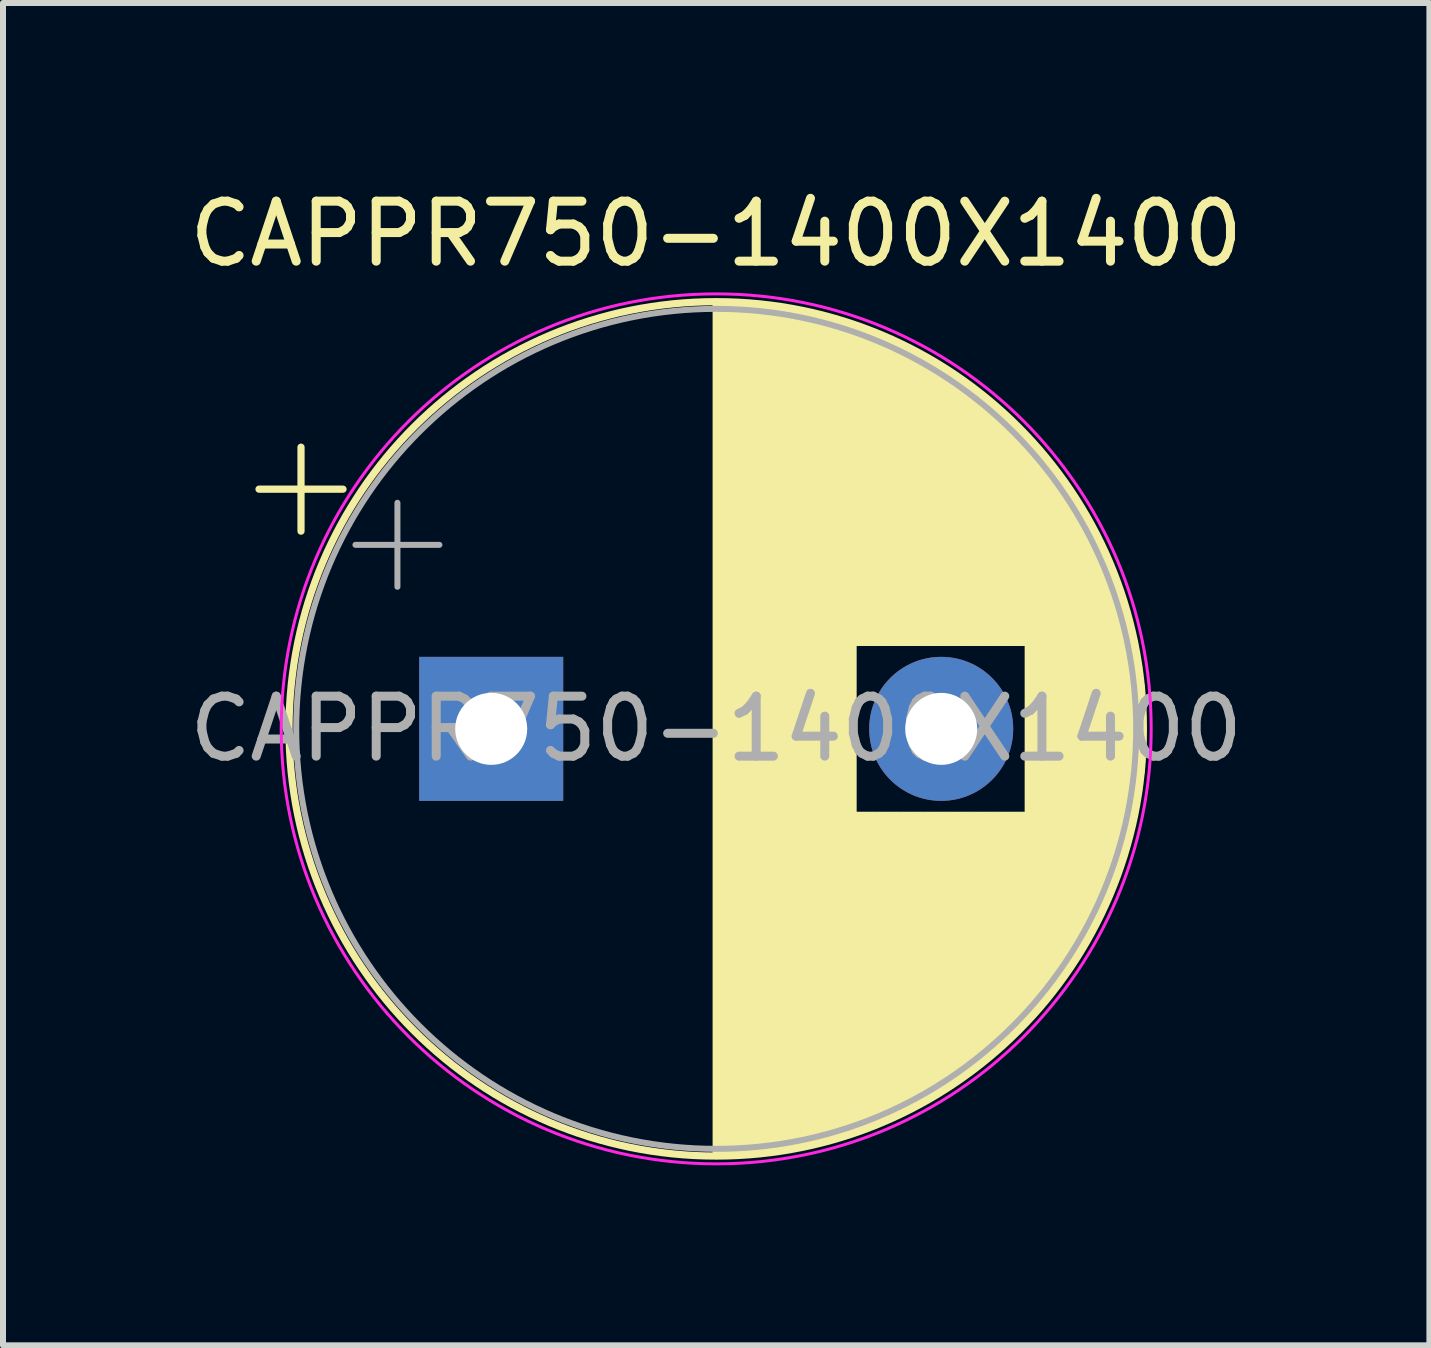
<source format=kicad_pcb>
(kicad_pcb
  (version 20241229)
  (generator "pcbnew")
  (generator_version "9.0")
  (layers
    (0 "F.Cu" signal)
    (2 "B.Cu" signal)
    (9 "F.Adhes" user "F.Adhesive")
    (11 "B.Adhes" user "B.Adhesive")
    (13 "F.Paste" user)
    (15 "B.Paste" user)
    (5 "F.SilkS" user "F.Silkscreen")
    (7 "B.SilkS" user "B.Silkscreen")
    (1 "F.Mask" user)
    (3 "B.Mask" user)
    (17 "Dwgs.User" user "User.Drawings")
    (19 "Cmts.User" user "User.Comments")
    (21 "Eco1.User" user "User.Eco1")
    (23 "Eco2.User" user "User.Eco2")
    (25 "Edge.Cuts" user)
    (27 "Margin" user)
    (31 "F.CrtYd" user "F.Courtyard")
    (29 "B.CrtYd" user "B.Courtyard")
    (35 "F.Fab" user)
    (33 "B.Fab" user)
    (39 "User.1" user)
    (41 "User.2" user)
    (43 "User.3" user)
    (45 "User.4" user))
  (footprint "CAPPR750-1400X1400"
    (layer "F.Cu")
    (at 5.137 9.098)
    (property "Reference" "CAPPR750-1400X1400" (at 3.75 -8.25 0) (layer "F.SilkS") (effects (font (size 1 1) (thickness 0.15))))
    (attr through_hole)
    (fp_line (start -3.87 -3.995) (end -2.47 -3.995) (stroke (width 0.12) (type solid)) (layer "F.SilkS"))
    (fp_line (start -3.17 -4.695) (end -3.17 -3.295) (stroke (width 0.12) (type solid)) (layer "F.SilkS"))
    (fp_line (start 3.75 -7.08) (end 3.75 7.08) (stroke (width 0.12) (type solid)) (layer "F.SilkS"))
    (fp_line (start 3.79 -7.08) (end 3.79 7.08) (stroke (width 0.12) (type solid)) (layer "F.SilkS"))
    (fp_line (start 3.83 -7.08) (end 3.83 7.08) (stroke (width 0.12) (type solid)) (layer "F.SilkS"))
    (fp_line (start 3.87 -7.079) (end 3.87 7.079) (stroke (width 0.12) (type solid)) (layer "F.SilkS"))
    (fp_line (start 3.91 -7.079) (end 3.91 7.079) (stroke (width 0.12) (type solid)) (layer "F.SilkS"))
    (fp_line (start 3.95 -7.078) (end 3.95 7.078) (stroke (width 0.12) (type solid)) (layer "F.SilkS"))
    (fp_line (start 3.99 -7.076) (end 3.99 7.076) (stroke (width 0.12) (type solid)) (layer "F.SilkS"))
    (fp_line (start 4.03 -7.075) (end 4.03 7.075) (stroke (width 0.12) (type solid)) (layer "F.SilkS"))
    (fp_line (start 4.07 -7.073) (end 4.07 7.073) (stroke (width 0.12) (type solid)) (layer "F.SilkS"))
    (fp_line (start 4.11 -7.071) (end 4.11 7.071) (stroke (width 0.12) (type solid)) (layer "F.SilkS"))
    (fp_line (start 4.15 -7.069) (end 4.15 7.069) (stroke (width 0.12) (type solid)) (layer "F.SilkS"))
    (fp_line (start 4.19 -7.067) (end 4.19 7.067) (stroke (width 0.12) (type solid)) (layer "F.SilkS"))
    (fp_line (start 4.23 -7.064) (end 4.23 7.064) (stroke (width 0.12) (type solid)) (layer "F.SilkS"))
    (fp_line (start 4.27 -7.061) (end 4.27 7.061) (stroke (width 0.12) (type solid)) (layer "F.SilkS"))
    (fp_line (start 4.31 -7.058) (end 4.31 7.058) (stroke (width 0.12) (type solid)) (layer "F.SilkS"))
    (fp_line (start 4.35 -7.055) (end 4.35 7.055) (stroke (width 0.12) (type solid)) (layer "F.SilkS"))
    (fp_line (start 4.39 -7.052) (end 4.39 7.052) (stroke (width 0.12) (type solid)) (layer "F.SilkS"))
    (fp_line (start 4.43 -7.048) (end 4.43 7.048) (stroke (width 0.12) (type solid)) (layer "F.SilkS"))
    (fp_line (start 4.471 -7.044) (end 4.471 7.044) (stroke (width 0.12) (type solid)) (layer "F.SilkS"))
    (fp_line (start 4.511 -7.04) (end 4.511 7.04) (stroke (width 0.12) (type solid)) (layer "F.SilkS"))
    (fp_line (start 4.551 -7.035) (end 4.551 7.035) (stroke (width 0.12) (type solid)) (layer "F.SilkS"))
    (fp_line (start 4.591 -7.031) (end 4.591 7.031) (stroke (width 0.12) (type solid)) (layer "F.SilkS"))
    (fp_line (start 4.631 -7.026) (end 4.631 7.026) (stroke (width 0.12) (type solid)) (layer "F.SilkS"))
    (fp_line (start 4.671 -7.021) (end 4.671 7.021) (stroke (width 0.12) (type solid)) (layer "F.SilkS"))
    (fp_line (start 4.711 -7.015) (end 4.711 7.015) (stroke (width 0.12) (type solid)) (layer "F.SilkS"))
    (fp_line (start 4.751 -7.01) (end 4.751 7.01) (stroke (width 0.12) (type solid)) (layer "F.SilkS"))
    (fp_line (start 4.791 -7.004) (end 4.791 7.004) (stroke (width 0.12) (type solid)) (layer "F.SilkS"))
    (fp_line (start 4.831 -6.998) (end 4.831 6.998) (stroke (width 0.12) (type solid)) (layer "F.SilkS"))
    (fp_line (start 4.871 -6.992) (end 4.871 6.992) (stroke (width 0.12) (type solid)) (layer "F.SilkS"))
    (fp_line (start 4.911 -6.985) (end 4.911 6.985) (stroke (width 0.12) (type solid)) (layer "F.SilkS"))
    (fp_line (start 4.951 -6.979) (end 4.951 6.979) (stroke (width 0.12) (type solid)) (layer "F.SilkS"))
    (fp_line (start 4.991 -6.972) (end 4.991 6.972) (stroke (width 0.12) (type solid)) (layer "F.SilkS"))
    (fp_line (start 5.031 -6.964) (end 5.031 6.964) (stroke (width 0.12) (type solid)) (layer "F.SilkS"))
    (fp_line (start 5.071 -6.957) (end 5.071 6.957) (stroke (width 0.12) (type solid)) (layer "F.SilkS"))
    (fp_line (start 5.111 -6.949) (end 5.111 6.949) (stroke (width 0.12) (type solid)) (layer "F.SilkS"))
    (fp_line (start 5.151 -6.942) (end 5.151 6.942) (stroke (width 0.12) (type solid)) (layer "F.SilkS"))
    (fp_line (start 5.191 -6.933) (end 5.191 6.933) (stroke (width 0.12) (type solid)) (layer "F.SilkS"))
    (fp_line (start 5.231 -6.925) (end 5.231 6.925) (stroke (width 0.12) (type solid)) (layer "F.SilkS"))
    (fp_line (start 5.271 -6.916) (end 5.271 6.916) (stroke (width 0.12) (type solid)) (layer "F.SilkS"))
    (fp_line (start 5.311 -6.907) (end 5.311 6.907) (stroke (width 0.12) (type solid)) (layer "F.SilkS"))
    (fp_line (start 5.351 -6.898) (end 5.351 6.898) (stroke (width 0.12) (type solid)) (layer "F.SilkS"))
    (fp_line (start 5.391 -6.889) (end 5.391 6.889) (stroke (width 0.12) (type solid)) (layer "F.SilkS"))
    (fp_line (start 5.431 -6.879) (end 5.431 6.879) (stroke (width 0.12) (type solid)) (layer "F.SilkS"))
    (fp_line (start 5.471 -6.87) (end 5.471 6.87) (stroke (width 0.12) (type solid)) (layer "F.SilkS"))
    (fp_line (start 5.511 -6.86) (end 5.511 6.86) (stroke (width 0.12) (type solid)) (layer "F.SilkS"))
    (fp_line (start 5.551 -6.849) (end 5.551 6.849) (stroke (width 0.12) (type solid)) (layer "F.SilkS"))
    (fp_line (start 5.591 -6.839) (end 5.591 6.839) (stroke (width 0.12) (type solid)) (layer "F.SilkS"))
    (fp_line (start 5.631 -6.828) (end 5.631 6.828) (stroke (width 0.12) (type solid)) (layer "F.SilkS"))
    (fp_line (start 5.671 -6.817) (end 5.671 6.817) (stroke (width 0.12) (type solid)) (layer "F.SilkS"))
    (fp_line (start 5.711 -6.805) (end 5.711 6.805) (stroke (width 0.12) (type solid)) (layer "F.SilkS"))
    (fp_line (start 5.751 -6.794) (end 5.751 6.794) (stroke (width 0.12) (type solid)) (layer "F.SilkS"))
    (fp_line (start 5.791 -6.782) (end 5.791 6.782) (stroke (width 0.12) (type solid)) (layer "F.SilkS"))
    (fp_line (start 5.831 -6.77) (end 5.831 6.77) (stroke (width 0.12) (type solid)) (layer "F.SilkS"))
    (fp_line (start 5.871 -6.758) (end 5.871 6.758) (stroke (width 0.12) (type solid)) (layer "F.SilkS"))
    (fp_line (start 5.911 -6.745) (end 5.911 6.745) (stroke (width 0.12) (type solid)) (layer "F.SilkS"))
    (fp_line (start 5.951 -6.732) (end 5.951 6.732) (stroke (width 0.12) (type solid)) (layer "F.SilkS"))
    (fp_line (start 5.991 -6.719) (end 5.991 6.719) (stroke (width 0.12) (type solid)) (layer "F.SilkS"))
    (fp_line (start 6.031 -6.706) (end 6.031 6.706) (stroke (width 0.12) (type solid)) (layer "F.SilkS"))
    (fp_line (start 6.071 -6.692) (end 6.071 -1.44) (stroke (width 0.12) (type solid)) (layer "F.SilkS"))
    (fp_line (start 6.071 1.44) (end 6.071 6.692) (stroke (width 0.12) (type solid)) (layer "F.SilkS"))
    (fp_line (start 6.111 -6.678) (end 6.111 -1.44) (stroke (width 0.12) (type solid)) (layer "F.SilkS"))
    (fp_line (start 6.111 1.44) (end 6.111 6.678) (stroke (width 0.12) (type solid)) (layer "F.SilkS"))
    (fp_line (start 6.151 -6.664) (end 6.151 -1.44) (stroke (width 0.12) (type solid)) (layer "F.SilkS"))
    (fp_line (start 6.151 1.44) (end 6.151 6.664) (stroke (width 0.12) (type solid)) (layer "F.SilkS"))
    (fp_line (start 6.191 -6.649) (end 6.191 -1.44) (stroke (width 0.12) (type solid)) (layer "F.SilkS"))
    (fp_line (start 6.191 1.44) (end 6.191 6.649) (stroke (width 0.12) (type solid)) (layer "F.SilkS"))
    (fp_line (start 6.231 -6.635) (end 6.231 -1.44) (stroke (width 0.12) (type solid)) (layer "F.SilkS"))
    (fp_line (start 6.231 1.44) (end 6.231 6.635) (stroke (width 0.12) (type solid)) (layer "F.SilkS"))
    (fp_line (start 6.271 -6.62) (end 6.271 -1.44) (stroke (width 0.12) (type solid)) (layer "F.SilkS"))
    (fp_line (start 6.271 1.44) (end 6.271 6.62) (stroke (width 0.12) (type solid)) (layer "F.SilkS"))
    (fp_line (start 6.311 -6.604) (end 6.311 -1.44) (stroke (width 0.12) (type solid)) (layer "F.SilkS"))
    (fp_line (start 6.311 1.44) (end 6.311 6.604) (stroke (width 0.12) (type solid)) (layer "F.SilkS"))
    (fp_line (start 6.351 -6.589) (end 6.351 -1.44) (stroke (width 0.12) (type solid)) (layer "F.SilkS"))
    (fp_line (start 6.351 1.44) (end 6.351 6.589) (stroke (width 0.12) (type solid)) (layer "F.SilkS"))
    (fp_line (start 6.391 -6.573) (end 6.391 -1.44) (stroke (width 0.12) (type solid)) (layer "F.SilkS"))
    (fp_line (start 6.391 1.44) (end 6.391 6.573) (stroke (width 0.12) (type solid)) (layer "F.SilkS"))
    (fp_line (start 6.431 -6.557) (end 6.431 -1.44) (stroke (width 0.12) (type solid)) (layer "F.SilkS"))
    (fp_line (start 6.431 1.44) (end 6.431 6.557) (stroke (width 0.12) (type solid)) (layer "F.SilkS"))
    (fp_line (start 6.471 -6.54) (end 6.471 -1.44) (stroke (width 0.12) (type solid)) (layer "F.SilkS"))
    (fp_line (start 6.471 1.44) (end 6.471 6.54) (stroke (width 0.12) (type solid)) (layer "F.SilkS"))
    (fp_line (start 6.511 -6.524) (end 6.511 -1.44) (stroke (width 0.12) (type solid)) (layer "F.SilkS"))
    (fp_line (start 6.511 1.44) (end 6.511 6.524) (stroke (width 0.12) (type solid)) (layer "F.SilkS"))
    (fp_line (start 6.551 -6.507) (end 6.551 -1.44) (stroke (width 0.12) (type solid)) (layer "F.SilkS"))
    (fp_line (start 6.551 1.44) (end 6.551 6.507) (stroke (width 0.12) (type solid)) (layer "F.SilkS"))
    (fp_line (start 6.591 -6.49) (end 6.591 -1.44) (stroke (width 0.12) (type solid)) (layer "F.SilkS"))
    (fp_line (start 6.591 1.44) (end 6.591 6.49) (stroke (width 0.12) (type solid)) (layer "F.SilkS"))
    (fp_line (start 6.631 -6.472) (end 6.631 -1.44) (stroke (width 0.12) (type solid)) (layer "F.SilkS"))
    (fp_line (start 6.631 1.44) (end 6.631 6.472) (stroke (width 0.12) (type solid)) (layer "F.SilkS"))
    (fp_line (start 6.671 -6.454) (end 6.671 -1.44) (stroke (width 0.12) (type solid)) (layer "F.SilkS"))
    (fp_line (start 6.671 1.44) (end 6.671 6.454) (stroke (width 0.12) (type solid)) (layer "F.SilkS"))
    (fp_line (start 6.711 -6.436) (end 6.711 -1.44) (stroke (width 0.12) (type solid)) (layer "F.SilkS"))
    (fp_line (start 6.711 1.44) (end 6.711 6.436) (stroke (width 0.12) (type solid)) (layer "F.SilkS"))
    (fp_line (start 6.751 -6.418) (end 6.751 -1.44) (stroke (width 0.12) (type solid)) (layer "F.SilkS"))
    (fp_line (start 6.751 1.44) (end 6.751 6.418) (stroke (width 0.12) (type solid)) (layer "F.SilkS"))
    (fp_line (start 6.791 -6.399) (end 6.791 -1.44) (stroke (width 0.12) (type solid)) (layer "F.SilkS"))
    (fp_line (start 6.791 1.44) (end 6.791 6.399) (stroke (width 0.12) (type solid)) (layer "F.SilkS"))
    (fp_line (start 6.831 -6.38) (end 6.831 -1.44) (stroke (width 0.12) (type solid)) (layer "F.SilkS"))
    (fp_line (start 6.831 1.44) (end 6.831 6.38) (stroke (width 0.12) (type solid)) (layer "F.SilkS"))
    (fp_line (start 6.871 -6.36) (end 6.871 -1.44) (stroke (width 0.12) (type solid)) (layer "F.SilkS"))
    (fp_line (start 6.871 1.44) (end 6.871 6.36) (stroke (width 0.12) (type solid)) (layer "F.SilkS"))
    (fp_line (start 6.911 -6.341) (end 6.911 -1.44) (stroke (width 0.12) (type solid)) (layer "F.SilkS"))
    (fp_line (start 6.911 1.44) (end 6.911 6.341) (stroke (width 0.12) (type solid)) (layer "F.SilkS"))
    (fp_line (start 6.951 -6.321) (end 6.951 -1.44) (stroke (width 0.12) (type solid)) (layer "F.SilkS"))
    (fp_line (start 6.951 1.44) (end 6.951 6.321) (stroke (width 0.12) (type solid)) (layer "F.SilkS"))
    (fp_line (start 6.991 -6.301) (end 6.991 -1.44) (stroke (width 0.12) (type solid)) (layer "F.SilkS"))
    (fp_line (start 6.991 1.44) (end 6.991 6.301) (stroke (width 0.12) (type solid)) (layer "F.SilkS"))
    (fp_line (start 7.031 -6.28) (end 7.031 -1.44) (stroke (width 0.12) (type solid)) (layer "F.SilkS"))
    (fp_line (start 7.031 1.44) (end 7.031 6.28) (stroke (width 0.12) (type solid)) (layer "F.SilkS"))
    (fp_line (start 7.071 -6.259) (end 7.071 -1.44) (stroke (width 0.12) (type solid)) (layer "F.SilkS"))
    (fp_line (start 7.071 1.44) (end 7.071 6.259) (stroke (width 0.12) (type solid)) (layer "F.SilkS"))
    (fp_line (start 7.111 -6.238) (end 7.111 -1.44) (stroke (width 0.12) (type solid)) (layer "F.SilkS"))
    (fp_line (start 7.111 1.44) (end 7.111 6.238) (stroke (width 0.12) (type solid)) (layer "F.SilkS"))
    (fp_line (start 7.151 -6.216) (end 7.151 -1.44) (stroke (width 0.12) (type solid)) (layer "F.SilkS"))
    (fp_line (start 7.151 1.44) (end 7.151 6.216) (stroke (width 0.12) (type solid)) (layer "F.SilkS"))
    (fp_line (start 7.191 -6.194) (end 7.191 -1.44) (stroke (width 0.12) (type solid)) (layer "F.SilkS"))
    (fp_line (start 7.191 1.44) (end 7.191 6.194) (stroke (width 0.12) (type solid)) (layer "F.SilkS"))
    (fp_line (start 7.231 -6.172) (end 7.231 -1.44) (stroke (width 0.12) (type solid)) (layer "F.SilkS"))
    (fp_line (start 7.231 1.44) (end 7.231 6.172) (stroke (width 0.12) (type solid)) (layer "F.SilkS"))
    (fp_line (start 7.271 -6.15) (end 7.271 -1.44) (stroke (width 0.12) (type solid)) (layer "F.SilkS"))
    (fp_line (start 7.271 1.44) (end 7.271 6.15) (stroke (width 0.12) (type solid)) (layer "F.SilkS"))
    (fp_line (start 7.311 -6.127) (end 7.311 -1.44) (stroke (width 0.12) (type solid)) (layer "F.SilkS"))
    (fp_line (start 7.311 1.44) (end 7.311 6.127) (stroke (width 0.12) (type solid)) (layer "F.SilkS"))
    (fp_line (start 7.351 -6.103) (end 7.351 -1.44) (stroke (width 0.12) (type solid)) (layer "F.SilkS"))
    (fp_line (start 7.351 1.44) (end 7.351 6.103) (stroke (width 0.12) (type solid)) (layer "F.SilkS"))
    (fp_line (start 7.391 -6.08) (end 7.391 -1.44) (stroke (width 0.12) (type solid)) (layer "F.SilkS"))
    (fp_line (start 7.391 1.44) (end 7.391 6.08) (stroke (width 0.12) (type solid)) (layer "F.SilkS"))
    (fp_line (start 7.431 -6.056) (end 7.431 -1.44) (stroke (width 0.12) (type solid)) (layer "F.SilkS"))
    (fp_line (start 7.431 1.44) (end 7.431 6.056) (stroke (width 0.12) (type solid)) (layer "F.SilkS"))
    (fp_line (start 7.471 -6.031) (end 7.471 -1.44) (stroke (width 0.12) (type solid)) (layer "F.SilkS"))
    (fp_line (start 7.471 1.44) (end 7.471 6.031) (stroke (width 0.12) (type solid)) (layer "F.SilkS"))
    (fp_line (start 7.511 -6.007) (end 7.511 -1.44) (stroke (width 0.12) (type solid)) (layer "F.SilkS"))
    (fp_line (start 7.511 1.44) (end 7.511 6.007) (stroke (width 0.12) (type solid)) (layer "F.SilkS"))
    (fp_line (start 7.551 -5.982) (end 7.551 -1.44) (stroke (width 0.12) (type solid)) (layer "F.SilkS"))
    (fp_line (start 7.551 1.44) (end 7.551 5.982) (stroke (width 0.12) (type solid)) (layer "F.SilkS"))
    (fp_line (start 7.591 -5.956) (end 7.591 -1.44) (stroke (width 0.12) (type solid)) (layer "F.SilkS"))
    (fp_line (start 7.591 1.44) (end 7.591 5.956) (stroke (width 0.12) (type solid)) (layer "F.SilkS"))
    (fp_line (start 7.631 -5.93) (end 7.631 -1.44) (stroke (width 0.12) (type solid)) (layer "F.SilkS"))
    (fp_line (start 7.631 1.44) (end 7.631 5.93) (stroke (width 0.12) (type solid)) (layer "F.SilkS"))
    (fp_line (start 7.671 -5.904) (end 7.671 -1.44) (stroke (width 0.12) (type solid)) (layer "F.SilkS"))
    (fp_line (start 7.671 1.44) (end 7.671 5.904) (stroke (width 0.12) (type solid)) (layer "F.SilkS"))
    (fp_line (start 7.711 -5.878) (end 7.711 -1.44) (stroke (width 0.12) (type solid)) (layer "F.SilkS"))
    (fp_line (start 7.711 1.44) (end 7.711 5.878) (stroke (width 0.12) (type solid)) (layer "F.SilkS"))
    (fp_line (start 7.751 -5.851) (end 7.751 -1.44) (stroke (width 0.12) (type solid)) (layer "F.SilkS"))
    (fp_line (start 7.751 1.44) (end 7.751 5.851) (stroke (width 0.12) (type solid)) (layer "F.SilkS"))
    (fp_line (start 7.791 -5.823) (end 7.791 -1.44) (stroke (width 0.12) (type solid)) (layer "F.SilkS"))
    (fp_line (start 7.791 1.44) (end 7.791 5.823) (stroke (width 0.12) (type solid)) (layer "F.SilkS"))
    (fp_line (start 7.831 -5.796) (end 7.831 -1.44) (stroke (width 0.12) (type solid)) (layer "F.SilkS"))
    (fp_line (start 7.831 1.44) (end 7.831 5.796) (stroke (width 0.12) (type solid)) (layer "F.SilkS"))
    (fp_line (start 7.871 -5.767) (end 7.871 -1.44) (stroke (width 0.12) (type solid)) (layer "F.SilkS"))
    (fp_line (start 7.871 1.44) (end 7.871 5.767) (stroke (width 0.12) (type solid)) (layer "F.SilkS"))
    (fp_line (start 7.911 -5.739) (end 7.911 -1.44) (stroke (width 0.12) (type solid)) (layer "F.SilkS"))
    (fp_line (start 7.911 1.44) (end 7.911 5.739) (stroke (width 0.12) (type solid)) (layer "F.SilkS"))
    (fp_line (start 7.951 -5.71) (end 7.951 -1.44) (stroke (width 0.12) (type solid)) (layer "F.SilkS"))
    (fp_line (start 7.951 1.44) (end 7.951 5.71) (stroke (width 0.12) (type solid)) (layer "F.SilkS"))
    (fp_line (start 7.991 -5.68) (end 7.991 -1.44) (stroke (width 0.12) (type solid)) (layer "F.SilkS"))
    (fp_line (start 7.991 1.44) (end 7.991 5.68) (stroke (width 0.12) (type solid)) (layer "F.SilkS"))
    (fp_line (start 8.031 -5.65) (end 8.031 -1.44) (stroke (width 0.12) (type solid)) (layer "F.SilkS"))
    (fp_line (start 8.031 1.44) (end 8.031 5.65) (stroke (width 0.12) (type solid)) (layer "F.SilkS"))
    (fp_line (start 8.071 -5.62) (end 8.071 -1.44) (stroke (width 0.12) (type solid)) (layer "F.SilkS"))
    (fp_line (start 8.071 1.44) (end 8.071 5.62) (stroke (width 0.12) (type solid)) (layer "F.SilkS"))
    (fp_line (start 8.111 -5.589) (end 8.111 -1.44) (stroke (width 0.12) (type solid)) (layer "F.SilkS"))
    (fp_line (start 8.111 1.44) (end 8.111 5.589) (stroke (width 0.12) (type solid)) (layer "F.SilkS"))
    (fp_line (start 8.151 -5.558) (end 8.151 -1.44) (stroke (width 0.12) (type solid)) (layer "F.SilkS"))
    (fp_line (start 8.151 1.44) (end 8.151 5.558) (stroke (width 0.12) (type solid)) (layer "F.SilkS"))
    (fp_line (start 8.191 -5.527) (end 8.191 -1.44) (stroke (width 0.12) (type solid)) (layer "F.SilkS"))
    (fp_line (start 8.191 1.44) (end 8.191 5.527) (stroke (width 0.12) (type solid)) (layer "F.SilkS"))
    (fp_line (start 8.231 -5.494) (end 8.231 -1.44) (stroke (width 0.12) (type solid)) (layer "F.SilkS"))
    (fp_line (start 8.231 1.44) (end 8.231 5.494) (stroke (width 0.12) (type solid)) (layer "F.SilkS"))
    (fp_line (start 8.271 -5.462) (end 8.271 -1.44) (stroke (width 0.12) (type solid)) (layer "F.SilkS"))
    (fp_line (start 8.271 1.44) (end 8.271 5.462) (stroke (width 0.12) (type solid)) (layer "F.SilkS"))
    (fp_line (start 8.311 -5.429) (end 8.311 -1.44) (stroke (width 0.12) (type solid)) (layer "F.SilkS"))
    (fp_line (start 8.311 1.44) (end 8.311 5.429) (stroke (width 0.12) (type solid)) (layer "F.SilkS"))
    (fp_line (start 8.351 -5.395) (end 8.351 -1.44) (stroke (width 0.12) (type solid)) (layer "F.SilkS"))
    (fp_line (start 8.351 1.44) (end 8.351 5.395) (stroke (width 0.12) (type solid)) (layer "F.SilkS"))
    (fp_line (start 8.391 -5.361) (end 8.391 -1.44) (stroke (width 0.12) (type solid)) (layer "F.SilkS"))
    (fp_line (start 8.391 1.44) (end 8.391 5.361) (stroke (width 0.12) (type solid)) (layer "F.SilkS"))
    (fp_line (start 8.431 -5.326) (end 8.431 -1.44) (stroke (width 0.12) (type solid)) (layer "F.SilkS"))
    (fp_line (start 8.431 1.44) (end 8.431 5.326) (stroke (width 0.12) (type solid)) (layer "F.SilkS"))
    (fp_line (start 8.471 -5.291) (end 8.471 -1.44) (stroke (width 0.12) (type solid)) (layer "F.SilkS"))
    (fp_line (start 8.471 1.44) (end 8.471 5.291) (stroke (width 0.12) (type solid)) (layer "F.SilkS"))
    (fp_line (start 8.511 -5.255) (end 8.511 -1.44) (stroke (width 0.12) (type solid)) (layer "F.SilkS"))
    (fp_line (start 8.511 1.44) (end 8.511 5.255) (stroke (width 0.12) (type solid)) (layer "F.SilkS"))
    (fp_line (start 8.551 -5.219) (end 8.551 -1.44) (stroke (width 0.12) (type solid)) (layer "F.SilkS"))
    (fp_line (start 8.551 1.44) (end 8.551 5.219) (stroke (width 0.12) (type solid)) (layer "F.SilkS"))
    (fp_line (start 8.591 -5.182) (end 8.591 -1.44) (stroke (width 0.12) (type solid)) (layer "F.SilkS"))
    (fp_line (start 8.591 1.44) (end 8.591 5.182) (stroke (width 0.12) (type solid)) (layer "F.SilkS"))
    (fp_line (start 8.631 -5.145) (end 8.631 -1.44) (stroke (width 0.12) (type solid)) (layer "F.SilkS"))
    (fp_line (start 8.631 1.44) (end 8.631 5.145) (stroke (width 0.12) (type solid)) (layer "F.SilkS"))
    (fp_line (start 8.671 -5.107) (end 8.671 -1.44) (stroke (width 0.12) (type solid)) (layer "F.SilkS"))
    (fp_line (start 8.671 1.44) (end 8.671 5.107) (stroke (width 0.12) (type solid)) (layer "F.SilkS"))
    (fp_line (start 8.711 -5.069) (end 8.711 -1.44) (stroke (width 0.12) (type solid)) (layer "F.SilkS"))
    (fp_line (start 8.711 1.44) (end 8.711 5.069) (stroke (width 0.12) (type solid)) (layer "F.SilkS"))
    (fp_line (start 8.751 -5.029) (end 8.751 -1.44) (stroke (width 0.12) (type solid)) (layer "F.SilkS"))
    (fp_line (start 8.751 1.44) (end 8.751 5.029) (stroke (width 0.12) (type solid)) (layer "F.SilkS"))
    (fp_line (start 8.791 -4.99) (end 8.791 -1.44) (stroke (width 0.12) (type solid)) (layer "F.SilkS"))
    (fp_line (start 8.791 1.44) (end 8.791 4.99) (stroke (width 0.12) (type solid)) (layer "F.SilkS"))
    (fp_line (start 8.831 -4.949) (end 8.831 -1.44) (stroke (width 0.12) (type solid)) (layer "F.SilkS"))
    (fp_line (start 8.831 1.44) (end 8.831 4.949) (stroke (width 0.12) (type solid)) (layer "F.SilkS"))
    (fp_line (start 8.871 -4.908) (end 8.871 -1.44) (stroke (width 0.12) (type solid)) (layer "F.SilkS"))
    (fp_line (start 8.871 1.44) (end 8.871 4.908) (stroke (width 0.12) (type solid)) (layer "F.SilkS"))
    (fp_line (start 8.911 -4.866) (end 8.911 -1.44) (stroke (width 0.12) (type solid)) (layer "F.SilkS"))
    (fp_line (start 8.911 1.44) (end 8.911 4.866) (stroke (width 0.12) (type solid)) (layer "F.SilkS"))
    (fp_line (start 8.951 -4.824) (end 8.951 4.824) (stroke (width 0.12) (type solid)) (layer "F.SilkS"))
    (fp_line (start 8.991 -4.781) (end 8.991 4.781) (stroke (width 0.12) (type solid)) (layer "F.SilkS"))
    (fp_line (start 9.031 -4.737) (end 9.031 4.737) (stroke (width 0.12) (type solid)) (layer "F.SilkS"))
    (fp_line (start 9.071 -4.693) (end 9.071 4.693) (stroke (width 0.12) (type solid)) (layer "F.SilkS"))
    (fp_line (start 9.111 -4.647) (end 9.111 4.647) (stroke (width 0.12) (type solid)) (layer "F.SilkS"))
    (fp_line (start 9.151 -4.601) (end 9.151 4.601) (stroke (width 0.12) (type solid)) (layer "F.SilkS"))
    (fp_line (start 9.191 -4.554) (end 9.191 4.554) (stroke (width 0.12) (type solid)) (layer "F.SilkS"))
    (fp_line (start 9.231 -4.506) (end 9.231 4.506) (stroke (width 0.12) (type solid)) (layer "F.SilkS"))
    (fp_line (start 9.271 -4.458) (end 9.271 4.458) (stroke (width 0.12) (type solid)) (layer "F.SilkS"))
    (fp_line (start 9.311 -4.408) (end 9.311 4.408) (stroke (width 0.12) (type solid)) (layer "F.SilkS"))
    (fp_line (start 9.351 -4.358) (end 9.351 4.358) (stroke (width 0.12) (type solid)) (layer "F.SilkS"))
    (fp_line (start 9.391 -4.306) (end 9.391 4.306) (stroke (width 0.12) (type solid)) (layer "F.SilkS"))
    (fp_line (start 9.431 -4.254) (end 9.431 4.254) (stroke (width 0.12) (type solid)) (layer "F.SilkS"))
    (fp_line (start 9.471 -4.2) (end 9.471 4.2) (stroke (width 0.12) (type solid)) (layer "F.SilkS"))
    (fp_line (start 9.511 -4.146) (end 9.511 4.146) (stroke (width 0.12) (type solid)) (layer "F.SilkS"))
    (fp_line (start 9.551 -4.09) (end 9.551 4.09) (stroke (width 0.12) (type solid)) (layer "F.SilkS"))
    (fp_line (start 9.591 -4.033) (end 9.591 4.033) (stroke (width 0.12) (type solid)) (layer "F.SilkS"))
    (fp_line (start 9.631 -3.975) (end 9.631 3.975) (stroke (width 0.12) (type solid)) (layer "F.SilkS"))
    (fp_line (start 9.671 -3.916) (end 9.671 3.916) (stroke (width 0.12) (type solid)) (layer "F.SilkS"))
    (fp_line (start 9.711 -3.856) (end 9.711 3.856) (stroke (width 0.12) (type solid)) (layer "F.SilkS"))
    (fp_line (start 9.751 -3.794) (end 9.751 3.794) (stroke (width 0.12) (type solid)) (layer "F.SilkS"))
    (fp_line (start 9.791 -3.73) (end 9.791 3.73) (stroke (width 0.12) (type solid)) (layer "F.SilkS"))
    (fp_line (start 9.831 -3.666) (end 9.831 3.666) (stroke (width 0.12) (type solid)) (layer "F.SilkS"))
    (fp_line (start 9.871 -3.599) (end 9.871 3.599) (stroke (width 0.12) (type solid)) (layer "F.SilkS"))
    (fp_line (start 9.911 -3.531) (end 9.911 3.531) (stroke (width 0.12) (type solid)) (layer "F.SilkS"))
    (fp_line (start 9.951 -3.461) (end 9.951 3.461) (stroke (width 0.12) (type solid)) (layer "F.SilkS"))
    (fp_line (start 9.991 -3.389) (end 9.991 3.389) (stroke (width 0.12) (type solid)) (layer "F.SilkS"))
    (fp_line (start 10.031 -3.315) (end 10.031 3.315) (stroke (width 0.12) (type solid)) (layer "F.SilkS"))
    (fp_line (start 10.071 -3.24) (end 10.071 3.24) (stroke (width 0.12) (type solid)) (layer "F.SilkS"))
    (fp_line (start 10.111 -3.161) (end 10.111 3.161) (stroke (width 0.12) (type solid)) (layer "F.SilkS"))
    (fp_line (start 10.151 -3.08) (end 10.151 3.08) (stroke (width 0.12) (type solid)) (layer "F.SilkS"))
    (fp_line (start 10.191 -2.997) (end 10.191 2.997) (stroke (width 0.12) (type solid)) (layer "F.SilkS"))
    (fp_line (start 10.231 -2.911) (end 10.231 2.911) (stroke (width 0.12) (type solid)) (layer "F.SilkS"))
    (fp_line (start 10.271 -2.821) (end 10.271 2.821) (stroke (width 0.12) (type solid)) (layer "F.SilkS"))
    (fp_line (start 10.311 -2.728) (end 10.311 2.728) (stroke (width 0.12) (type solid)) (layer "F.SilkS"))
    (fp_line (start 10.351 -2.632) (end 10.351 2.632) (stroke (width 0.12) (type solid)) (layer "F.SilkS"))
    (fp_line (start 10.391 -2.53) (end 10.391 2.53) (stroke (width 0.12) (type solid)) (layer "F.SilkS"))
    (fp_line (start 10.431 -2.425) (end 10.431 2.425) (stroke (width 0.12) (type solid)) (layer "F.SilkS"))
    (fp_line (start 10.471 -2.313) (end 10.471 2.313) (stroke (width 0.12) (type solid)) (layer "F.SilkS"))
    (fp_line (start 10.511 -2.196) (end 10.511 2.196) (stroke (width 0.12) (type solid)) (layer "F.SilkS"))
    (fp_line (start 10.551 -2.071) (end 10.551 2.071) (stroke (width 0.12) (type solid)) (layer "F.SilkS"))
    (fp_line (start 10.591 -1.938) (end 10.591 1.938) (stroke (width 0.12) (type solid)) (layer "F.SilkS"))
    (fp_line (start 10.631 -1.794) (end 10.631 1.794) (stroke (width 0.12) (type solid)) (layer "F.SilkS"))
    (fp_line (start 10.671 -1.636) (end 10.671 1.636) (stroke (width 0.12) (type solid)) (layer "F.SilkS"))
    (fp_line (start 10.711 -1.461) (end 10.711 1.461) (stroke (width 0.12) (type solid)) (layer "F.SilkS"))
    (fp_line (start 10.751 -1.262) (end 10.751 1.262) (stroke (width 0.12) (type solid)) (layer "F.SilkS"))
    (fp_line (start 10.791 -1.025) (end 10.791 1.025) (stroke (width 0.12) (type solid)) (layer "F.SilkS"))
    (fp_line (start 10.831 -0.714) (end 10.831 0.714) (stroke (width 0.12) (type solid)) (layer "F.SilkS"))
    (fp_circle (center 3.75 0) (end 10.87 0) (stroke (width 0.12) (type solid)) (fill no) (layer "F.SilkS"))
    (fp_circle (center 3.75 0) (end 11 0) (stroke (width 0.05) (type solid)) (fill no) (layer "F.CrtYd"))
    (fp_line (start -2.263 -3.067) (end -0.863 -3.067) (stroke (width 0.1) (type solid)) (layer "F.Fab"))
    (fp_line (start -1.563 -3.768) (end -1.563 -2.368) (stroke (width 0.1) (type solid)) (layer "F.Fab"))
    (fp_circle (center 3.75 0) (end 10.75 0) (stroke (width 0.1) (type solid)) (fill no) (layer "F.Fab"))
    (fp_text user "${REFERENCE}" (at 3.75 0 0) (layer "F.Fab") (effects (font (size 1 1) (thickness 0.15))))
    (pad "1" thru_hole rect (at 0 0) (size 2.4 2.4) (drill 1.2) (layers "*.Cu" "*.Mask"))
    (pad "2" thru_hole circle (at 7.5 0) (size 2.4 2.4) (drill 1.2) (layers "*.Cu" "*.Mask")))
  (gr_rect
    (start -3 -3)
    (end 20.774 19.373)
    (stroke (width 0.1) (type default))
    (fill no)
    (layer "Edge.Cuts")))
</source>
